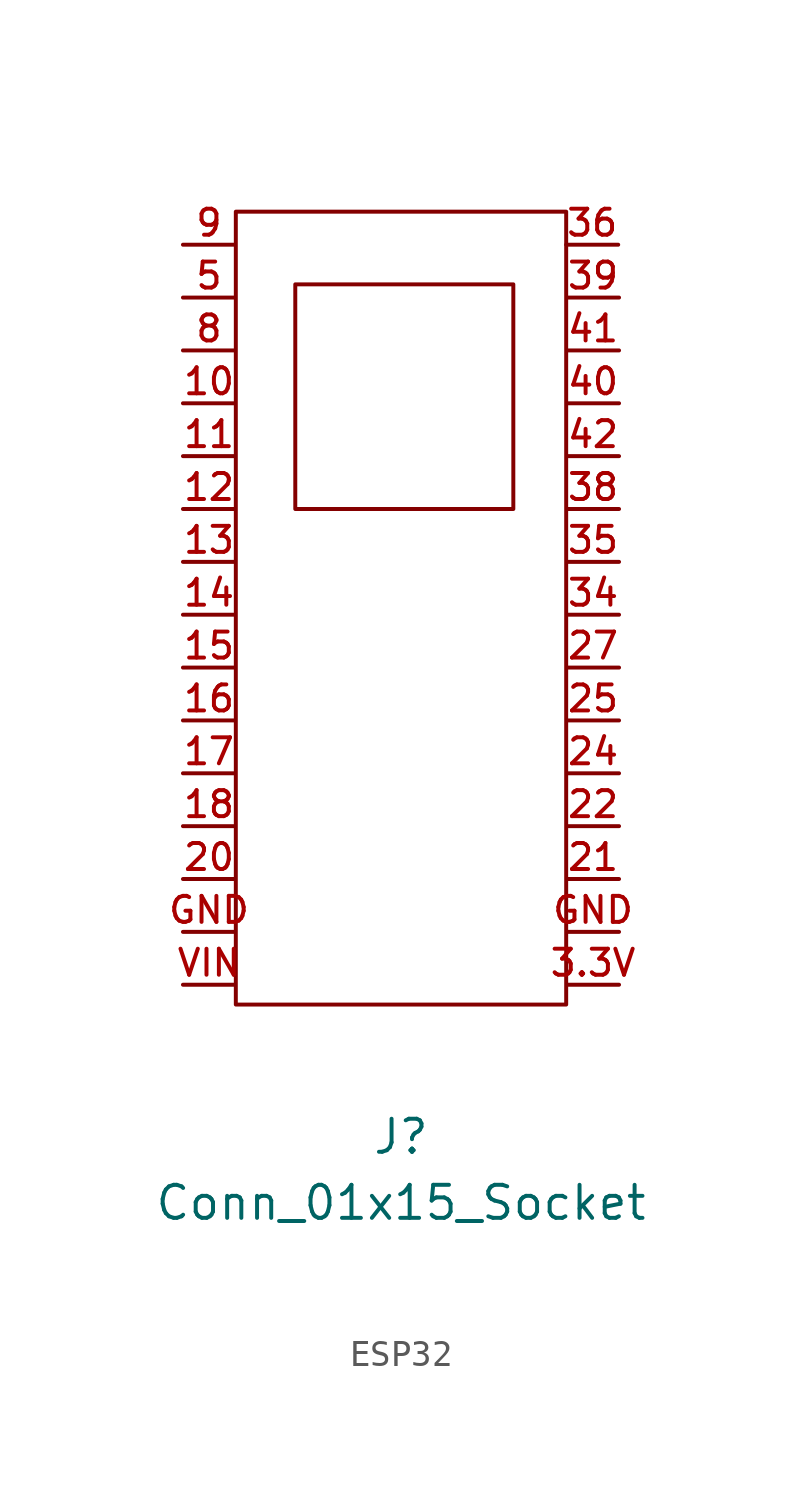
<source format=kicad_sym>
(kicad_symbol_lib
  (version 20220914)
  (generator kicad_symbol_editor)
  (symbol "ESP32"
    (pin_names
      (offset 1.016) hide)
    (property "Reference" "J"
      (at 0 -17.78 0)
      (effects (font (size 1.27 1.27))))
    (property "Value" "Conn_01x15_Socket"
      (at 0 -20.32 0)
      (effects (font (size 1.27 1.27))))
    (property "ki_locked" ""
      (at 0 0 0)
      (effects (font (size 1.27 1.27))))
    (symbol "ESP32_1_1"
      (rectangle (start -6.35 17.78) (end 6.35 -12.7) (stroke (width 0) (type default)) (fill (type none)))
      (rectangle (start -4.064 14.986) (end 4.318 6.35) (stroke (width 0) (type default)) (fill (type none)))
      (pin passive line (at -8.382 10.414 0) (length 2) (name "10" (effects (font (size 1 1)))) (number "10" (effects (font (size 1 1)))))
      (pin passive line (at -8.382 8.382 0) (length 2) (name "11" (effects (font (size 1 1)))) (number "11" (effects (font (size 1 1)))))
      (pin passive line (at -8.382 6.35 0) (length 2) (name "12" (effects (font (size 1 1)))) (number "12" (effects (font (size 1 1)))))
      (pin passive line (at -8.382 4.318 0) (length 2) (name "13" (effects (font (size 1 1)))) (number "13" (effects (font (size 1 1)))))
      (pin passive line (at -8.382 2.286 0) (length 2) (name "14" (effects (font (size 1 1)))) (number "14" (effects (font (size 1 1)))))
      (pin passive line (at -8.382 0.254 0) (length 2) (name "15" (effects (font (size 1 1)))) (number "15" (effects (font (size 1 1)))))
      (pin passive line (at -8.382 -1.778 0) (length 2) (name "16" (effects (font (size 1 1)))) (number "16" (effects (font (size 1 1)))))
      (pin passive line (at -8.382 -3.81 0) (length 2) (name "17" (effects (font (size 1 1)))) (number "17" (effects (font (size 1 1)))))
      (pin passive line (at -8.382 -5.842 0) (length 2) (name "18" (effects (font (size 1 1)))) (number "18" (effects (font (size 1 1)))))
      (pin passive line (at -8.382 -7.874 0) (length 2) (name "20" (effects (font (size 1 1)))) (number "20" (effects (font (size 1 1)))))
      (pin passive line (at 8.382 -7.874 180) (length 2) (name "21" (effects (font (size 1 1)))) (number "21" (effects (font (size 1 1)))))
      (pin passive line (at 8.382 -5.842 180) (length 2) (name "22" (effects (font (size 1 1)))) (number "22" (effects (font (size 1 1)))))
      (pin passive line (at 8.382 -3.81 180) (length 2) (name "24" (effects (font (size 1 1)))) (number "24" (effects (font (size 1 1)))))
      (pin passive line (at 8.382 -1.778 180) (length 2) (name "25" (effects (font (size 1 1)))) (number "25" (effects (font (size 1 1)))))
      (pin passive line (at 8.382 0.254 180) (length 2) (name "27" (effects (font (size 1 1)))) (number "27" (effects (font (size 1 1)))))
      (pin passive line (at 8.382 -11.938 180) (length 2) (name "3.3V" (effects (font (size 1 1)))) (number "3.3V" (effects (font (size 1 1)))))
      (pin passive line (at 8.382 2.286 180) (length 2) (name "34" (effects (font (size 1 1)))) (number "34" (effects (font (size 1 1)))))
      (pin passive line (at 8.382 4.318 180) (length 2) (name "35" (effects (font (size 1 1)))) (number "35" (effects (font (size 1 1)))))
      (pin passive line (at 8.35 16.51 180) (length 2) (name "36" (effects (font (size 1 1)))) (number "36" (effects (font (size 1 1)))))
      (pin passive line (at 8.382 6.35 180) (length 2) (name "38" (effects (font (size 1 1)))) (number "38" (effects (font (size 1 1)))))
      (pin passive line (at 8.382 14.478 180) (length 2) (name "39" (effects (font (size 1 1)))) (number "39" (effects (font (size 1 1)))))
      (pin passive line (at 8.382 10.414 180) (length 2) (name "40" (effects (font (size 1 1)))) (number "40" (effects (font (size 1 1)))))
      (pin passive line (at 8.382 12.446 180) (length 2) (name "41" (effects (font (size 1 1)))) (number "41" (effects (font (size 1 1)))))
      (pin passive line (at 8.382 8.382 180) (length 2) (name "42" (effects (font (size 1 1)))) (number "42" (effects (font (size 1 1)))))
      (pin passive line (at -8.382 14.478 0) (length 2) (name "5" (effects (font (size 1 1)))) (number "5" (effects (font (size 1 1)))))
      (pin passive line (at -8.382 12.446 0) (length 2) (name "8" (effects (font (size 1 1)))) (number "8" (effects (font (size 1 1)))))
      (pin passive line (at -8.382 16.51 0) (length 2) (name "9" (effects (font (size 1 1)))) (number "9" (effects (font (size 1 1)))))
      (pin passive line (at -8.382 -9.906 0) (length 2) (name "GND" (effects (font (size 1 1)))) (number "GND" (effects (font (size 1 1)))))
      (pin passive line (at 8.382 -9.906 180) (length 2) (name "GND" (effects (font (size 1 1)))) (number "GND" (effects (font (size 1 1)))))
      (pin passive line (at -8.382 -11.938 0) (length 2) (name "VIN" (effects (font (size 1 1)))) (number "VIN" (effects (font (size 1 1))))))))
</source>
